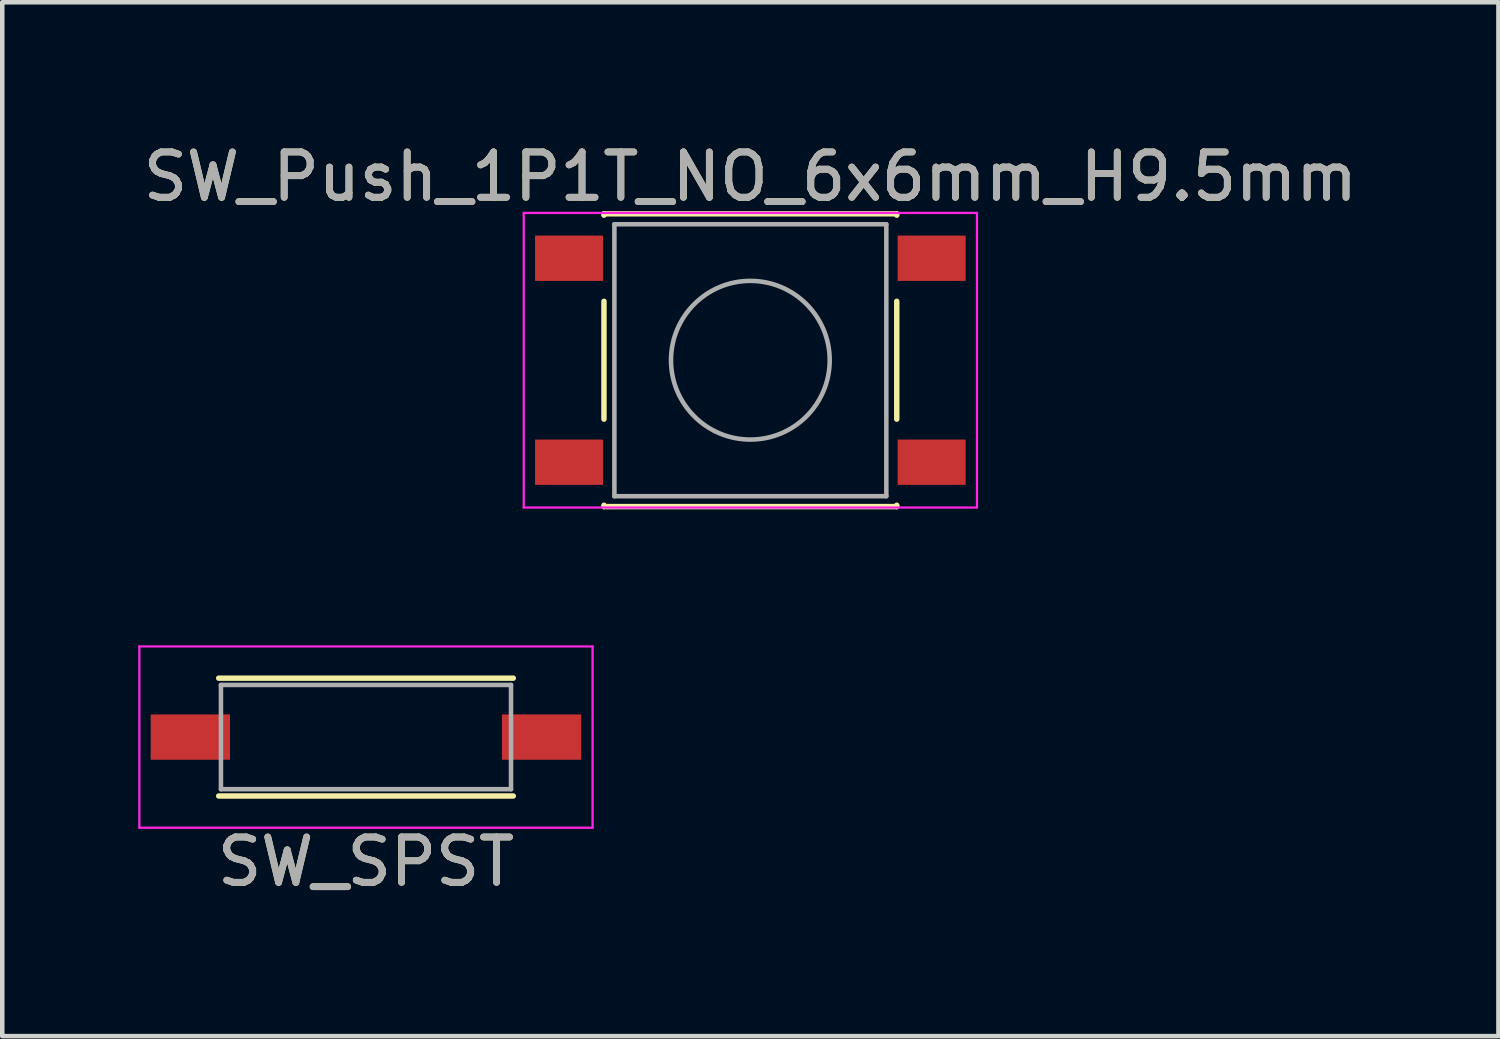
<source format=kicad_pcb>
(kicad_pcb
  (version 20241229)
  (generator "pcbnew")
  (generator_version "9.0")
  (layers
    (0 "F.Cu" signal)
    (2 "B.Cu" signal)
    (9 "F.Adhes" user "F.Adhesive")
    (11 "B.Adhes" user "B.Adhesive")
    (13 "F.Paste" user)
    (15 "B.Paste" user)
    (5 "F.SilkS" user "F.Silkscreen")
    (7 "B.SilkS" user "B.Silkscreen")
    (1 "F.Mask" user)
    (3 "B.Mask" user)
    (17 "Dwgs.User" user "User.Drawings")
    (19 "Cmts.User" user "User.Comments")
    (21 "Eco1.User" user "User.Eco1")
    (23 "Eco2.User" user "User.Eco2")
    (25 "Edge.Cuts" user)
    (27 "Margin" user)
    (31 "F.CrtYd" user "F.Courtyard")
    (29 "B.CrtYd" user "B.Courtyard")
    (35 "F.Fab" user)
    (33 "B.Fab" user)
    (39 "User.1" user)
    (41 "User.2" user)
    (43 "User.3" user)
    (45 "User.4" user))
  (footprint "SW_Push_1P1T_NO_6x6mm_H9.5mm"
    (layer "F.Cu")
    (at 13.506 4.898)
    (property "Reference" "SW_Push_1P1T_NO_6x6mm_H9.5mm" (at 0 -4.05 0) (layer "F.SilkS") (effects (font (size 1 1) (thickness 0.15))))
    (attr smd)
    (fp_line (start -3.23 -3.23) (end 3.23 -3.23) (stroke (width 0.12) (type solid)) (layer "F.SilkS"))
    (fp_line (start -3.23 -3.2) (end -3.23 -3.23) (stroke (width 0.12) (type solid)) (layer "F.SilkS"))
    (fp_line (start -3.23 -1.3) (end -3.23 1.3) (stroke (width 0.12) (type solid)) (layer "F.SilkS"))
    (fp_line (start -3.23 3.23) (end -3.23 3.2) (stroke (width 0.12) (type solid)) (layer "F.SilkS"))
    (fp_line (start -3.23 3.23) (end 3.23 3.23) (stroke (width 0.12) (type solid)) (layer "F.SilkS"))
    (fp_line (start 3.23 -3.23) (end 3.23 -3.2) (stroke (width 0.12) (type solid)) (layer "F.SilkS"))
    (fp_line (start 3.23 -1.3) (end 3.23 1.3) (stroke (width 0.12) (type solid)) (layer "F.SilkS"))
    (fp_line (start 3.23 3.23) (end 3.23 3.2) (stroke (width 0.12) (type solid)) (layer "F.SilkS"))
    (fp_line (start -5 -3.25) (end -5 3.25) (stroke (width 0.05) (type solid)) (layer "F.CrtYd"))
    (fp_line (start -5 -3.25) (end 5 -3.25) (stroke (width 0.05) (type solid)) (layer "F.CrtYd"))
    (fp_line (start -5 3.25) (end 5 3.25) (stroke (width 0.05) (type solid)) (layer "F.CrtYd"))
    (fp_line (start 5 3.25) (end 5 -3.25) (stroke (width 0.05) (type solid)) (layer "F.CrtYd"))
    (fp_line (start -3 -3) (end -3 3) (stroke (width 0.1) (type solid)) (layer "F.Fab"))
    (fp_line (start -3 3) (end 3 3) (stroke (width 0.1) (type solid)) (layer "F.Fab"))
    (fp_line (start 3 -3) (end -3 -3) (stroke (width 0.1) (type solid)) (layer "F.Fab"))
    (fp_line (start 3 3) (end 3 -3) (stroke (width 0.1) (type solid)) (layer "F.Fab"))
    (fp_circle (center 0 0) (end 1.75 -0.05) (stroke (width 0.1) (type solid)) (fill no) (layer "F.Fab"))
    (fp_text user "${REFERENCE}" (at 0 -4.05 0) (layer "F.Fab") (effects (font (size 1 1) (thickness 0.15))))
    (pad "1" smd rect (at -4 -2.25) (size 1.5 1) (layers "F.Cu" "F.Mask" "F.Paste"))
    (pad "1" smd rect (at 4 -2.25) (size 1.5 1) (layers "F.Cu" "F.Mask" "F.Paste"))
    (pad "2" smd rect (at -4 2.25) (size 1.5 1) (layers "F.Cu" "F.Mask" "F.Paste"))
    (pad "2" smd rect (at 4 2.25) (size 1.5 1) (layers "F.Cu" "F.Mask" "F.Paste")))
  (footprint "SW_SPST"
    (layer "F.Cu")
    (at 5.025 13.213)
    (property "Reference" "SW_SPST" (at 0 2.75 0) (layer "F.SilkS") (effects (font (size 1 1) (thickness 0.15))))
    (attr smd)
    (fp_line (start -3.25 -1.3) (end 3.25 -1.3) (stroke (width 0.12) (type solid)) (layer "F.SilkS"))
    (fp_line (start 3.25 1.3) (end -3.25 1.3) (stroke (width 0.12) (type solid)) (layer "F.SilkS"))
    (fp_line (start -5 -2) (end 5 -2) (stroke (width 0.05) (type solid)) (layer "F.CrtYd"))
    (fp_line (start -5 2) (end -5 -2) (stroke (width 0.05) (type solid)) (layer "F.CrtYd"))
    (fp_line (start 5 -2) (end 5 2) (stroke (width 0.05) (type solid)) (layer "F.CrtYd"))
    (fp_line (start 5 2) (end -5 2) (stroke (width 0.05) (type solid)) (layer "F.CrtYd"))
    (fp_line (start -3.2 -1.15) (end -3.2 1.15) (stroke (width 0.1) (type solid)) (layer "F.Fab"))
    (fp_line (start -3.2 1.15) (end 3.2 1.15) (stroke (width 0.1) (type solid)) (layer "F.Fab"))
    (fp_line (start 3.2 -1.15) (end -3.2 -1.15) (stroke (width 0.1) (type solid)) (layer "F.Fab"))
    (fp_line (start 3.2 1.15) (end 3.2 -1.15) (stroke (width 0.1) (type solid)) (layer "F.Fab"))
    (fp_text user "${REFERENCE}" (at 0 2.75 0) (layer "F.Fab") (effects (font (size 1 1) (thickness 0.15))))
    (pad "1" smd rect (at -3.875 0) (size 1.75 1) (layers "F.Cu" "F.Mask" "F.Paste"))
    (pad "2" smd rect (at 3.875 0) (size 1.75 1) (layers "F.Cu" "F.Mask" "F.Paste")))
  (gr_rect
    (start -3 -3)
    (end 30.012 19.811)
    (stroke (width 0.1) (type default))
    (fill no)
    (layer "Edge.Cuts")))
</source>
